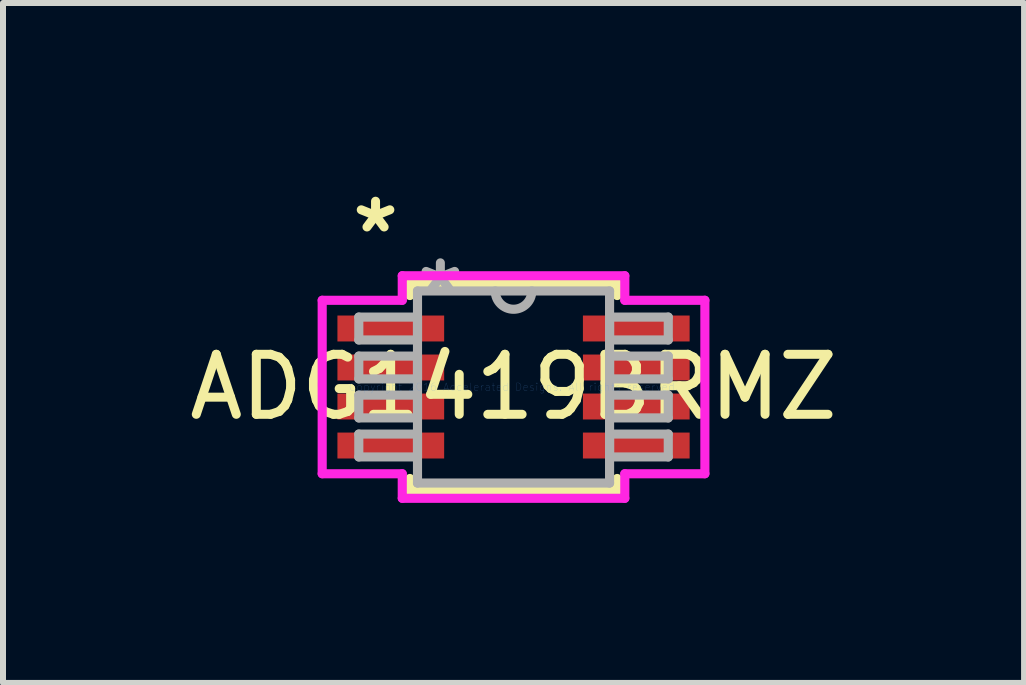
<source format=kicad_pcb>
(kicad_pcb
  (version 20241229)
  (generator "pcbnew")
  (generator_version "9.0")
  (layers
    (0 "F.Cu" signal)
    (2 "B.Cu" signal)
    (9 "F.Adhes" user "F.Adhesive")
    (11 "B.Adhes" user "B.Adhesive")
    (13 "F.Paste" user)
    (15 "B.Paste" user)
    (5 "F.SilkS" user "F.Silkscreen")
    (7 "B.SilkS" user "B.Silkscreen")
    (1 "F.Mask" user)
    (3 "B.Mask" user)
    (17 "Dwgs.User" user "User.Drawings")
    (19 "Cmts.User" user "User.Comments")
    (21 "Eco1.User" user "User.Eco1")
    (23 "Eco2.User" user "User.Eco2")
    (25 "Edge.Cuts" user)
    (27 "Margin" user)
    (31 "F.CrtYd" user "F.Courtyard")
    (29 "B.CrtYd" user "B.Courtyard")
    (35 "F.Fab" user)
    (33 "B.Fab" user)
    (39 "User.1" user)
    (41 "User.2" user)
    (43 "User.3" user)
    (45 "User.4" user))
  (footprint "ADG1419BRMZ"
    (layer "F.Cu")
    (at 5.506 3.398)
    (property "Reference" "ADG1419BRMZ" (at 0 0 0) (layer "F.SilkS") (effects (font (size 1 1) (thickness 0.15))))
    (attr through_hole)
    (fp_line (start -1.727 -1.727) (end -1.727 -1.524) (stroke (width 0.152) (type solid)) (layer "F.SilkS"))
    (fp_line (start -1.727 1.524) (end -1.727 1.727) (stroke (width 0.152) (type solid)) (layer "F.SilkS"))
    (fp_line (start -1.727 1.727) (end 1.727 1.727) (stroke (width 0.152) (type solid)) (layer "F.SilkS"))
    (fp_line (start 1.727 -1.727) (end -1.727 -1.727) (stroke (width 0.152) (type solid)) (layer "F.SilkS"))
    (fp_line (start 1.727 -1.524) (end 1.727 -1.727) (stroke (width 0.152) (type solid)) (layer "F.SilkS"))
    (fp_line (start 1.727 1.727) (end 1.727 1.524) (stroke (width 0.152) (type solid)) (layer "F.SilkS"))
    (fp_line (start -3.188 -1.445) (end -1.854 -1.445) (stroke (width 0.152) (type solid)) (layer "F.CrtYd"))
    (fp_line (start -3.188 1.445) (end -3.188 -1.445) (stroke (width 0.152) (type solid)) (layer "F.CrtYd"))
    (fp_line (start -1.854 -1.854) (end 1.854 -1.854) (stroke (width 0.152) (type solid)) (layer "F.CrtYd"))
    (fp_line (start -1.854 -1.445) (end -1.854 -1.854) (stroke (width 0.152) (type solid)) (layer "F.CrtYd"))
    (fp_line (start -1.854 1.445) (end -3.188 1.445) (stroke (width 0.152) (type solid)) (layer "F.CrtYd"))
    (fp_line (start -1.854 1.854) (end -1.854 1.445) (stroke (width 0.152) (type solid)) (layer "F.CrtYd"))
    (fp_line (start 1.854 -1.854) (end 1.854 -1.445) (stroke (width 0.152) (type solid)) (layer "F.CrtYd"))
    (fp_line (start 1.854 -1.445) (end 3.188 -1.445) (stroke (width 0.152) (type solid)) (layer "F.CrtYd"))
    (fp_line (start 1.854 1.445) (end 1.854 1.854) (stroke (width 0.152) (type solid)) (layer "F.CrtYd"))
    (fp_line (start 1.854 1.854) (end -1.854 1.854) (stroke (width 0.152) (type solid)) (layer "F.CrtYd"))
    (fp_line (start 3.188 -1.445) (end 3.188 1.445) (stroke (width 0.152) (type solid)) (layer "F.CrtYd"))
    (fp_line (start 3.188 1.445) (end 1.854 1.445) (stroke (width 0.152) (type solid)) (layer "F.CrtYd"))
    (fp_line (start -2.578 -1.165) (end -2.578 -0.784) (stroke (width 0.152) (type solid)) (layer "F.Fab"))
    (fp_line (start -2.578 -0.784) (end -1.6 -0.784) (stroke (width 0.152) (type solid)) (layer "F.Fab"))
    (fp_line (start -2.578 -0.515) (end -2.578 -0.135) (stroke (width 0.152) (type solid)) (layer "F.Fab"))
    (fp_line (start -2.578 -0.135) (end -1.6 -0.135) (stroke (width 0.152) (type solid)) (layer "F.Fab"))
    (fp_line (start -2.578 0.135) (end -2.578 0.515) (stroke (width 0.152) (type solid)) (layer "F.Fab"))
    (fp_line (start -2.578 0.515) (end -1.6 0.515) (stroke (width 0.152) (type solid)) (layer "F.Fab"))
    (fp_line (start -2.578 0.784) (end -2.578 1.165) (stroke (width 0.152) (type solid)) (layer "F.Fab"))
    (fp_line (start -2.578 1.165) (end -1.6 1.165) (stroke (width 0.152) (type solid)) (layer "F.Fab"))
    (fp_line (start -1.6 -1.6) (end -1.6 1.6) (stroke (width 0.152) (type solid)) (layer "F.Fab"))
    (fp_line (start -1.6 -1.165) (end -2.578 -1.165) (stroke (width 0.152) (type solid)) (layer "F.Fab"))
    (fp_line (start -1.6 -0.784) (end -1.6 -1.165) (stroke (width 0.152) (type solid)) (layer "F.Fab"))
    (fp_line (start -1.6 -0.515) (end -2.578 -0.515) (stroke (width 0.152) (type solid)) (layer "F.Fab"))
    (fp_line (start -1.6 -0.135) (end -1.6 -0.515) (stroke (width 0.152) (type solid)) (layer "F.Fab"))
    (fp_line (start -1.6 0.135) (end -2.578 0.135) (stroke (width 0.152) (type solid)) (layer "F.Fab"))
    (fp_line (start -1.6 0.515) (end -1.6 0.135) (stroke (width 0.152) (type solid)) (layer "F.Fab"))
    (fp_line (start -1.6 0.784) (end -2.578 0.784) (stroke (width 0.152) (type solid)) (layer "F.Fab"))
    (fp_line (start -1.6 1.165) (end -1.6 0.784) (stroke (width 0.152) (type solid)) (layer "F.Fab"))
    (fp_line (start -1.6 1.6) (end 1.6 1.6) (stroke (width 0.152) (type solid)) (layer "F.Fab"))
    (fp_line (start 1.6 -1.6) (end -1.6 -1.6) (stroke (width 0.152) (type solid)) (layer "F.Fab"))
    (fp_line (start 1.6 -1.165) (end 1.6 -0.784) (stroke (width 0.152) (type solid)) (layer "F.Fab"))
    (fp_line (start 1.6 -0.784) (end 2.578 -0.784) (stroke (width 0.152) (type solid)) (layer "F.Fab"))
    (fp_line (start 1.6 -0.515) (end 1.6 -0.135) (stroke (width 0.152) (type solid)) (layer "F.Fab"))
    (fp_line (start 1.6 -0.135) (end 2.578 -0.135) (stroke (width 0.152) (type solid)) (layer "F.Fab"))
    (fp_line (start 1.6 0.135) (end 1.6 0.515) (stroke (width 0.152) (type solid)) (layer "F.Fab"))
    (fp_line (start 1.6 0.515) (end 2.578 0.515) (stroke (width 0.152) (type solid)) (layer "F.Fab"))
    (fp_line (start 1.6 0.784) (end 1.6 1.165) (stroke (width 0.152) (type solid)) (layer "F.Fab"))
    (fp_line (start 1.6 1.165) (end 2.578 1.165) (stroke (width 0.152) (type solid)) (layer "F.Fab"))
    (fp_line (start 1.6 1.6) (end 1.6 -1.6) (stroke (width 0.152) (type solid)) (layer "F.Fab"))
    (fp_line (start 2.578 -1.165) (end 1.6 -1.165) (stroke (width 0.152) (type solid)) (layer "F.Fab"))
    (fp_line (start 2.578 -0.784) (end 2.578 -1.165) (stroke (width 0.152) (type solid)) (layer "F.Fab"))
    (fp_line (start 2.578 -0.515) (end 1.6 -0.515) (stroke (width 0.152) (type solid)) (layer "F.Fab"))
    (fp_line (start 2.578 -0.135) (end 2.578 -0.515) (stroke (width 0.152) (type solid)) (layer "F.Fab"))
    (fp_line (start 2.578 0.135) (end 1.6 0.135) (stroke (width 0.152) (type solid)) (layer "F.Fab"))
    (fp_line (start 2.578 0.515) (end 2.578 0.135) (stroke (width 0.152) (type solid)) (layer "F.Fab"))
    (fp_line (start 2.578 0.784) (end 1.6 0.784) (stroke (width 0.152) (type solid)) (layer "F.Fab"))
    (fp_line (start 2.578 1.165) (end 2.578 0.784) (stroke (width 0.152) (type solid)) (layer "F.Fab"))
    (fp_arc (start 0.3048 -1.6002) (mid 0 -1.2954) (end -0.3048 -1.6002) (stroke (width 0.1524) (type solid)) (layer "F.Fab"))
    (fp_text user "*" (at -2.299 -2.55 0) (layer "F.SilkS") (effects (font (size 1 1) (thickness 0.15))))
    (fp_text user "Copyright 2016 Accelerated Designs. All rights reserved." (at 0 0 0) (layer "Cmts.User") (effects (font (size 0.127 0.127) (thickness 0.002))))
    (fp_text user "*" (at -1.219 -1.524 0) (layer "F.Fab") (effects (font (size 1 1) (thickness 0.15))))
    (pad "1" smd rect (at -2.045 -0.975) (size 1.778 0.432) (layers "F.Cu" "F.Mask" "F.Paste"))
    (pad "2" smd rect (at -2.045 -0.325) (size 1.778 0.432) (layers "F.Cu" "F.Mask" "F.Paste"))
    (pad "3" smd rect (at -2.045 0.325) (size 1.778 0.432) (layers "F.Cu" "F.Mask" "F.Paste"))
    (pad "4" smd rect (at -2.045 0.975) (size 1.778 0.432) (layers "F.Cu" "F.Mask" "F.Paste"))
    (pad "5" smd rect (at 2.045 0.975) (size 1.778 0.432) (layers "F.Cu" "F.Mask" "F.Paste"))
    (pad "6" smd rect (at 2.045 0.325) (size 1.778 0.432) (layers "F.Cu" "F.Mask" "F.Paste"))
    (pad "7" smd rect (at 2.045 -0.325) (size 1.778 0.432) (layers "F.Cu" "F.Mask" "F.Paste"))
    (pad "8" smd rect (at 2.045 -0.975) (size 1.778 0.432) (layers "F.Cu" "F.Mask" "F.Paste")))
  (gr_rect
    (start -3 -3)
    (end 14.012 8.328)
    (stroke (width 0.1) (type default))
    (fill no)
    (layer "Edge.Cuts")))
</source>
